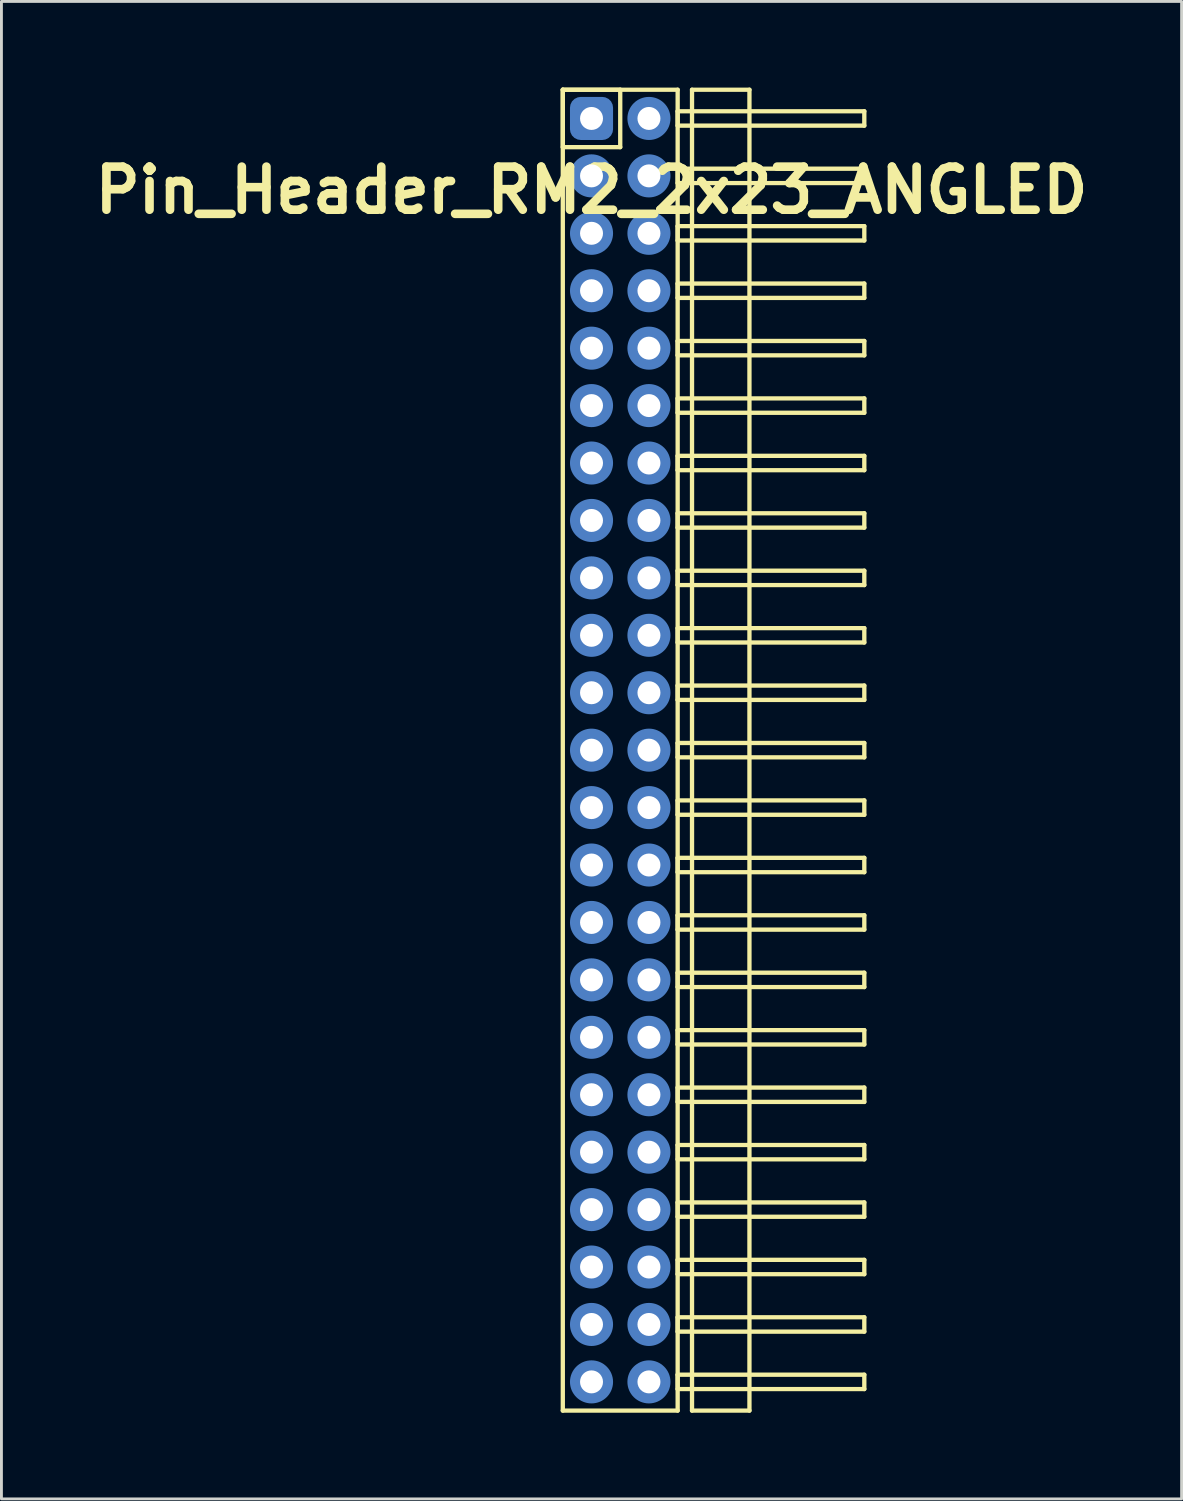
<source format=kicad_pcb>
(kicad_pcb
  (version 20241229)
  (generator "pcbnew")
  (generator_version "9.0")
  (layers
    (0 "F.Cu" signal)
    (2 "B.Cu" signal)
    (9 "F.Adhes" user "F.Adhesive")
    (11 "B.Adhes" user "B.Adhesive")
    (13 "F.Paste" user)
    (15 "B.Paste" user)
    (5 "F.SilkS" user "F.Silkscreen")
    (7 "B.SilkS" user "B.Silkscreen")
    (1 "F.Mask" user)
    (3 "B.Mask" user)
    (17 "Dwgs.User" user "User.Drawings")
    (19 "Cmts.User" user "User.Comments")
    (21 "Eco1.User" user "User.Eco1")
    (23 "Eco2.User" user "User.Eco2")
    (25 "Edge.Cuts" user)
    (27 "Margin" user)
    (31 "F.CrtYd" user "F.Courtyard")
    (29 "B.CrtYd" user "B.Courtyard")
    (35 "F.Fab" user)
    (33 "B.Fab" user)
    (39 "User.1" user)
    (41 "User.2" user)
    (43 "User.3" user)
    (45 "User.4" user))
  (footprint "Pin_Header_RM2_2x23_ANGLED"
    (layer "F.Cu")
    (at 17.55 1.075)
    (property "Reference" "Pin_Header_RM2_2x23_ANGLED" (at 0 2.5 0) (layer "F.SilkS") (effects (font (size 1.5 1.5) (thickness 0.3))))
    (attr through_hole)
    (fp_line (start -1 -1) (end 1 -1) (stroke (width 0.15) (type solid)) (layer "F.SilkS"))
    (fp_line (start -1 -1) (end 3 -1) (stroke (width 0.15) (type solid)) (layer "F.SilkS"))
    (fp_line (start -1 1) (end -1 -1) (stroke (width 0.15) (type solid)) (layer "F.SilkS"))
    (fp_line (start -1 45) (end -1 -1) (stroke (width 0.15) (type solid)) (layer "F.SilkS"))
    (fp_line (start 1 -1) (end 1 1) (stroke (width 0.15) (type solid)) (layer "F.SilkS"))
    (fp_line (start 1 1) (end -1 1) (stroke (width 0.15) (type solid)) (layer "F.SilkS"))
    (fp_line (start 3 -1) (end 3 45) (stroke (width 0.15) (type solid)) (layer "F.SilkS"))
    (fp_line (start 3 -0.25) (end 9.5 -0.25) (stroke (width 0.15) (type solid)) (layer "F.SilkS"))
    (fp_line (start 3 0.25) (end 3 -0.25) (stroke (width 0.15) (type solid)) (layer "F.SilkS"))
    (fp_line (start 3 1.75) (end 9.5 1.75) (stroke (width 0.15) (type solid)) (layer "F.SilkS"))
    (fp_line (start 3 2.25) (end 3 1.75) (stroke (width 0.15) (type solid)) (layer "F.SilkS"))
    (fp_line (start 3 3.75) (end 9.5 3.75) (stroke (width 0.15) (type solid)) (layer "F.SilkS"))
    (fp_line (start 3 4.25) (end 3 3.75) (stroke (width 0.15) (type solid)) (layer "F.SilkS"))
    (fp_line (start 3 5.75) (end 9.5 5.75) (stroke (width 0.15) (type solid)) (layer "F.SilkS"))
    (fp_line (start 3 6.25) (end 3 5.75) (stroke (width 0.15) (type solid)) (layer "F.SilkS"))
    (fp_line (start 3 7.75) (end 9.5 7.75) (stroke (width 0.15) (type solid)) (layer "F.SilkS"))
    (fp_line (start 3 8.25) (end 3 7.75) (stroke (width 0.15) (type solid)) (layer "F.SilkS"))
    (fp_line (start 3 9.75) (end 9.5 9.75) (stroke (width 0.15) (type solid)) (layer "F.SilkS"))
    (fp_line (start 3 10.25) (end 3 9.75) (stroke (width 0.15) (type solid)) (layer "F.SilkS"))
    (fp_line (start 3 11.75) (end 9.5 11.75) (stroke (width 0.15) (type solid)) (layer "F.SilkS"))
    (fp_line (start 3 12.25) (end 3 11.75) (stroke (width 0.15) (type solid)) (layer "F.SilkS"))
    (fp_line (start 3 13.75) (end 9.5 13.75) (stroke (width 0.15) (type solid)) (layer "F.SilkS"))
    (fp_line (start 3 14.25) (end 3 13.75) (stroke (width 0.15) (type solid)) (layer "F.SilkS"))
    (fp_line (start 3 15.75) (end 9.5 15.75) (stroke (width 0.15) (type solid)) (layer "F.SilkS"))
    (fp_line (start 3 16.25) (end 3 15.75) (stroke (width 0.15) (type solid)) (layer "F.SilkS"))
    (fp_line (start 3 17.75) (end 9.5 17.75) (stroke (width 0.15) (type solid)) (layer "F.SilkS"))
    (fp_line (start 3 18.25) (end 3 17.75) (stroke (width 0.15) (type solid)) (layer "F.SilkS"))
    (fp_line (start 3 19.75) (end 9.5 19.75) (stroke (width 0.15) (type solid)) (layer "F.SilkS"))
    (fp_line (start 3 20.25) (end 3 19.75) (stroke (width 0.15) (type solid)) (layer "F.SilkS"))
    (fp_line (start 3 21.75) (end 9.5 21.75) (stroke (width 0.15) (type solid)) (layer "F.SilkS"))
    (fp_line (start 3 22.25) (end 3 21.75) (stroke (width 0.15) (type solid)) (layer "F.SilkS"))
    (fp_line (start 3 23.75) (end 9.5 23.75) (stroke (width 0.15) (type solid)) (layer "F.SilkS"))
    (fp_line (start 3 24.25) (end 3 23.75) (stroke (width 0.15) (type solid)) (layer "F.SilkS"))
    (fp_line (start 3 25.75) (end 9.5 25.75) (stroke (width 0.15) (type solid)) (layer "F.SilkS"))
    (fp_line (start 3 26.25) (end 3 25.75) (stroke (width 0.15) (type solid)) (layer "F.SilkS"))
    (fp_line (start 3 27.75) (end 9.5 27.75) (stroke (width 0.15) (type solid)) (layer "F.SilkS"))
    (fp_line (start 3 28.25) (end 3 27.75) (stroke (width 0.15) (type solid)) (layer "F.SilkS"))
    (fp_line (start 3 29.75) (end 9.5 29.75) (stroke (width 0.15) (type solid)) (layer "F.SilkS"))
    (fp_line (start 3 30.25) (end 3 29.75) (stroke (width 0.15) (type solid)) (layer "F.SilkS"))
    (fp_line (start 3 31.75) (end 9.5 31.75) (stroke (width 0.15) (type solid)) (layer "F.SilkS"))
    (fp_line (start 3 32.25) (end 3 31.75) (stroke (width 0.15) (type solid)) (layer "F.SilkS"))
    (fp_line (start 3 33.75) (end 9.5 33.75) (stroke (width 0.15) (type solid)) (layer "F.SilkS"))
    (fp_line (start 3 34.25) (end 3 33.75) (stroke (width 0.15) (type solid)) (layer "F.SilkS"))
    (fp_line (start 3 35.75) (end 9.5 35.75) (stroke (width 0.15) (type solid)) (layer "F.SilkS"))
    (fp_line (start 3 36.25) (end 3 35.75) (stroke (width 0.15) (type solid)) (layer "F.SilkS"))
    (fp_line (start 3 37.75) (end 9.5 37.75) (stroke (width 0.15) (type solid)) (layer "F.SilkS"))
    (fp_line (start 3 38.25) (end 3 37.75) (stroke (width 0.15) (type solid)) (layer "F.SilkS"))
    (fp_line (start 3 39.75) (end 9.5 39.75) (stroke (width 0.15) (type solid)) (layer "F.SilkS"))
    (fp_line (start 3 40.25) (end 3 39.75) (stroke (width 0.15) (type solid)) (layer "F.SilkS"))
    (fp_line (start 3 41.75) (end 9.5 41.75) (stroke (width 0.15) (type solid)) (layer "F.SilkS"))
    (fp_line (start 3 42.25) (end 3 41.75) (stroke (width 0.15) (type solid)) (layer "F.SilkS"))
    (fp_line (start 3 43.75) (end 9.5 43.75) (stroke (width 0.15) (type solid)) (layer "F.SilkS"))
    (fp_line (start 3 44.25) (end 3 43.75) (stroke (width 0.15) (type solid)) (layer "F.SilkS"))
    (fp_line (start 3 45) (end -1 45) (stroke (width 0.15) (type solid)) (layer "F.SilkS"))
    (fp_line (start 3.5 -1) (end 5.5 -1) (stroke (width 0.15) (type solid)) (layer "F.SilkS"))
    (fp_line (start 3.5 45) (end 3.5 -1) (stroke (width 0.15) (type solid)) (layer "F.SilkS"))
    (fp_line (start 5.5 -1) (end 5.5 45) (stroke (width 0.15) (type solid)) (layer "F.SilkS"))
    (fp_line (start 5.5 45) (end 3.5 45) (stroke (width 0.15) (type solid)) (layer "F.SilkS"))
    (fp_line (start 9.5 -0.25) (end 9.5 0.25) (stroke (width 0.15) (type solid)) (layer "F.SilkS"))
    (fp_line (start 9.5 0.25) (end 3 0.25) (stroke (width 0.15) (type solid)) (layer "F.SilkS"))
    (fp_line (start 9.5 1.75) (end 9.5 2.25) (stroke (width 0.15) (type solid)) (layer "F.SilkS"))
    (fp_line (start 9.5 2.25) (end 3 2.25) (stroke (width 0.15) (type solid)) (layer "F.SilkS"))
    (fp_line (start 9.5 3.75) (end 9.5 4.25) (stroke (width 0.15) (type solid)) (layer "F.SilkS"))
    (fp_line (start 9.5 4.25) (end 3 4.25) (stroke (width 0.15) (type solid)) (layer "F.SilkS"))
    (fp_line (start 9.5 5.75) (end 9.5 6.25) (stroke (width 0.15) (type solid)) (layer "F.SilkS"))
    (fp_line (start 9.5 6.25) (end 3 6.25) (stroke (width 0.15) (type solid)) (layer "F.SilkS"))
    (fp_line (start 9.5 7.75) (end 9.5 8.25) (stroke (width 0.15) (type solid)) (layer "F.SilkS"))
    (fp_line (start 9.5 8.25) (end 3 8.25) (stroke (width 0.15) (type solid)) (layer "F.SilkS"))
    (fp_line (start 9.5 9.75) (end 9.5 10.25) (stroke (width 0.15) (type solid)) (layer "F.SilkS"))
    (fp_line (start 9.5 10.25) (end 3 10.25) (stroke (width 0.15) (type solid)) (layer "F.SilkS"))
    (fp_line (start 9.5 11.75) (end 9.5 12.25) (stroke (width 0.15) (type solid)) (layer "F.SilkS"))
    (fp_line (start 9.5 12.25) (end 3 12.25) (stroke (width 0.15) (type solid)) (layer "F.SilkS"))
    (fp_line (start 9.5 13.75) (end 9.5 14.25) (stroke (width 0.15) (type solid)) (layer "F.SilkS"))
    (fp_line (start 9.5 14.25) (end 3 14.25) (stroke (width 0.15) (type solid)) (layer "F.SilkS"))
    (fp_line (start 9.5 15.75) (end 9.5 16.25) (stroke (width 0.15) (type solid)) (layer "F.SilkS"))
    (fp_line (start 9.5 16.25) (end 3 16.25) (stroke (width 0.15) (type solid)) (layer "F.SilkS"))
    (fp_line (start 9.5 17.75) (end 9.5 18.25) (stroke (width 0.15) (type solid)) (layer "F.SilkS"))
    (fp_line (start 9.5 18.25) (end 3 18.25) (stroke (width 0.15) (type solid)) (layer "F.SilkS"))
    (fp_line (start 9.5 19.75) (end 9.5 20.25) (stroke (width 0.15) (type solid)) (layer "F.SilkS"))
    (fp_line (start 9.5 20.25) (end 3 20.25) (stroke (width 0.15) (type solid)) (layer "F.SilkS"))
    (fp_line (start 9.5 21.75) (end 9.5 22.25) (stroke (width 0.15) (type solid)) (layer "F.SilkS"))
    (fp_line (start 9.5 22.25) (end 3 22.25) (stroke (width 0.15) (type solid)) (layer "F.SilkS"))
    (fp_line (start 9.5 23.75) (end 9.5 24.25) (stroke (width 0.15) (type solid)) (layer "F.SilkS"))
    (fp_line (start 9.5 24.25) (end 3 24.25) (stroke (width 0.15) (type solid)) (layer "F.SilkS"))
    (fp_line (start 9.5 25.75) (end 9.5 26.25) (stroke (width 0.15) (type solid)) (layer "F.SilkS"))
    (fp_line (start 9.5 26.25) (end 3 26.25) (stroke (width 0.15) (type solid)) (layer "F.SilkS"))
    (fp_line (start 9.5 27.75) (end 9.5 28.25) (stroke (width 0.15) (type solid)) (layer "F.SilkS"))
    (fp_line (start 9.5 28.25) (end 3 28.25) (stroke (width 0.15) (type solid)) (layer "F.SilkS"))
    (fp_line (start 9.5 29.75) (end 9.5 30.25) (stroke (width 0.15) (type solid)) (layer "F.SilkS"))
    (fp_line (start 9.5 30.25) (end 3 30.25) (stroke (width 0.15) (type solid)) (layer "F.SilkS"))
    (fp_line (start 9.5 31.75) (end 9.5 32.25) (stroke (width 0.15) (type solid)) (layer "F.SilkS"))
    (fp_line (start 9.5 32.25) (end 3 32.25) (stroke (width 0.15) (type solid)) (layer "F.SilkS"))
    (fp_line (start 9.5 33.75) (end 9.5 34.25) (stroke (width 0.15) (type solid)) (layer "F.SilkS"))
    (fp_line (start 9.5 34.25) (end 3 34.25) (stroke (width 0.15) (type solid)) (layer "F.SilkS"))
    (fp_line (start 9.5 35.75) (end 9.5 36.25) (stroke (width 0.15) (type solid)) (layer "F.SilkS"))
    (fp_line (start 9.5 36.25) (end 3 36.25) (stroke (width 0.15) (type solid)) (layer "F.SilkS"))
    (fp_line (start 9.5 37.75) (end 9.5 38.25) (stroke (width 0.15) (type solid)) (layer "F.SilkS"))
    (fp_line (start 9.5 38.25) (end 3 38.25) (stroke (width 0.15) (type solid)) (layer "F.SilkS"))
    (fp_line (start 9.5 39.75) (end 9.5 40.25) (stroke (width 0.15) (type solid)) (layer "F.SilkS"))
    (fp_line (start 9.5 40.25) (end 3 40.25) (stroke (width 0.15) (type solid)) (layer "F.SilkS"))
    (fp_line (start 9.5 41.75) (end 9.5 42.25) (stroke (width 0.15) (type solid)) (layer "F.SilkS"))
    (fp_line (start 9.5 42.25) (end 3 42.25) (stroke (width 0.15) (type solid)) (layer "F.SilkS"))
    (fp_line (start 9.5 43.75) (end 9.5 44.25) (stroke (width 0.15) (type solid)) (layer "F.SilkS"))
    (fp_line (start 9.5 44.25) (end 3 44.25) (stroke (width 0.15) (type solid)) (layer "F.SilkS"))
    (pad "1" thru_hole circle (at 0 0) (size 1.1 1.1) (drill 0.8) (layers "*.Cu" "*.Mask"))
    (pad "1" smd roundrect (at 0 0) (size 1.25 1.25) (layers "F.Cu" "F.Mask") (roundrect_rratio 0.25))
    (pad "1" smd roundrect (at 0 0) (size 1.5 1.5) (layers "B.Cu" "B.Mask") (roundrect_rratio 0.25))
    (pad "2" thru_hole circle (at 2 0) (size 1.1 1.1) (drill 0.8) (layers "*.Cu" "*.Mask"))
    (pad "2" smd circle (at 2 0) (size 1.25 1.25) (layers "F.Cu" "F.Mask"))
    (pad "2" smd circle (at 2 0) (size 1.5 1.5) (layers "B.Cu" "B.Mask"))
    (pad "3" thru_hole circle (at 0 2) (size 1.1 1.1) (drill 0.8) (layers "*.Cu" "*.Mask"))
    (pad "3" smd circle (at 0 2) (size 1.25 1.25) (layers "F.Cu" "F.Mask"))
    (pad "3" smd circle (at 0 2) (size 1.5 1.5) (layers "B.Cu" "B.Mask"))
    (pad "4" thru_hole circle (at 2 2) (size 1.1 1.1) (drill 0.8) (layers "*.Cu" "*.Mask"))
    (pad "4" smd circle (at 2 2) (size 1.25 1.25) (layers "F.Cu" "F.Mask"))
    (pad "4" smd circle (at 2 2) (size 1.5 1.5) (layers "B.Cu" "B.Mask"))
    (pad "5" thru_hole circle (at 0 4) (size 1.1 1.1) (drill 0.8) (layers "*.Cu" "*.Mask"))
    (pad "5" smd circle (at 0 4) (size 1.25 1.25) (layers "F.Cu" "F.Mask"))
    (pad "5" smd circle (at 0 4) (size 1.5 1.5) (layers "B.Cu" "B.Mask"))
    (pad "6" thru_hole circle (at 2 4) (size 1.1 1.1) (drill 0.8) (layers "*.Cu" "*.Mask"))
    (pad "6" smd circle (at 2 4) (size 1.25 1.25) (layers "F.Cu" "F.Mask"))
    (pad "6" smd circle (at 2 4) (size 1.5 1.5) (layers "B.Cu" "B.Mask"))
    (pad "7" thru_hole circle (at 0 6) (size 1.1 1.1) (drill 0.8) (layers "*.Cu" "*.Mask"))
    (pad "7" smd circle (at 0 6) (size 1.25 1.25) (layers "F.Cu" "F.Mask"))
    (pad "7" smd circle (at 0 6) (size 1.5 1.5) (layers "B.Cu" "B.Mask"))
    (pad "8" thru_hole circle (at 2 6) (size 1.1 1.1) (drill 0.8) (layers "*.Cu" "*.Mask"))
    (pad "8" smd circle (at 2 6) (size 1.25 1.25) (layers "F.Cu" "F.Mask"))
    (pad "8" smd circle (at 2 6) (size 1.5 1.5) (layers "B.Cu" "B.Mask"))
    (pad "9" thru_hole circle (at 0 8) (size 1.1 1.1) (drill 0.8) (layers "*.Cu" "*.Mask"))
    (pad "9" smd circle (at 0 8) (size 1.25 1.25) (layers "F.Cu" "F.Mask"))
    (pad "9" smd circle (at 0 8) (size 1.5 1.5) (layers "B.Cu" "B.Mask"))
    (pad "10" thru_hole circle (at 2 8) (size 1.1 1.1) (drill 0.8) (layers "*.Cu" "*.Mask"))
    (pad "10" smd circle (at 2 8) (size 1.25 1.25) (layers "F.Cu" "F.Mask"))
    (pad "10" smd circle (at 2 8) (size 1.5 1.5) (layers "B.Cu" "B.Mask"))
    (pad "11" thru_hole circle (at 0 10) (size 1.1 1.1) (drill 0.8) (layers "*.Cu" "*.Mask"))
    (pad "11" smd circle (at 0 10) (size 1.25 1.25) (layers "F.Cu" "F.Mask"))
    (pad "11" smd circle (at 0 10) (size 1.5 1.5) (layers "B.Cu" "B.Mask"))
    (pad "12" thru_hole circle (at 2 10) (size 1.1 1.1) (drill 0.8) (layers "*.Cu" "*.Mask"))
    (pad "12" smd circle (at 2 10) (size 1.25 1.25) (layers "F.Cu" "F.Mask"))
    (pad "12" smd circle (at 2 10) (size 1.5 1.5) (layers "B.Cu" "B.Mask"))
    (pad "13" thru_hole circle (at 0 12) (size 1.1 1.1) (drill 0.8) (layers "*.Cu" "*.Mask"))
    (pad "13" smd circle (at 0 12) (size 1.25 1.25) (layers "F.Cu" "F.Mask"))
    (pad "13" smd circle (at 0 12) (size 1.5 1.5) (layers "B.Cu" "B.Mask"))
    (pad "14" thru_hole circle (at 2 12) (size 1.1 1.1) (drill 0.8) (layers "*.Cu" "*.Mask"))
    (pad "14" smd circle (at 2 12) (size 1.25 1.25) (layers "F.Cu" "F.Mask"))
    (pad "14" smd circle (at 2 12) (size 1.5 1.5) (layers "B.Cu" "B.Mask"))
    (pad "15" thru_hole circle (at 0 14) (size 1.1 1.1) (drill 0.8) (layers "*.Cu" "*.Mask"))
    (pad "15" smd circle (at 0 14) (size 1.25 1.25) (layers "F.Cu" "F.Mask"))
    (pad "15" smd circle (at 0 14) (size 1.5 1.5) (layers "B.Cu" "B.Mask"))
    (pad "16" thru_hole circle (at 2 14) (size 1.1 1.1) (drill 0.8) (layers "*.Cu" "*.Mask"))
    (pad "16" smd circle (at 2 14) (size 1.25 1.25) (layers "F.Cu" "F.Mask"))
    (pad "16" smd circle (at 2 14) (size 1.5 1.5) (layers "B.Cu" "B.Mask"))
    (pad "17" thru_hole circle (at 0 16) (size 1.1 1.1) (drill 0.8) (layers "*.Cu" "*.Mask"))
    (pad "17" smd circle (at 0 16) (size 1.25 1.25) (layers "F.Cu" "F.Mask"))
    (pad "17" smd circle (at 0 16) (size 1.5 1.5) (layers "B.Cu" "B.Mask"))
    (pad "18" thru_hole circle (at 2 16) (size 1.1 1.1) (drill 0.8) (layers "*.Cu" "*.Mask"))
    (pad "18" smd circle (at 2 16) (size 1.25 1.25) (layers "F.Cu" "F.Mask"))
    (pad "18" smd circle (at 2 16) (size 1.5 1.5) (layers "B.Cu" "B.Mask"))
    (pad "19" thru_hole circle (at 0 18) (size 1.1 1.1) (drill 0.8) (layers "*.Cu" "*.Mask"))
    (pad "19" smd circle (at 0 18) (size 1.25 1.25) (layers "F.Cu" "F.Mask"))
    (pad "19" smd circle (at 0 18) (size 1.5 1.5) (layers "B.Cu" "B.Mask"))
    (pad "20" thru_hole circle (at 2 18) (size 1.1 1.1) (drill 0.8) (layers "*.Cu" "*.Mask"))
    (pad "20" smd circle (at 2 18) (size 1.25 1.25) (layers "F.Cu" "F.Mask"))
    (pad "20" smd circle (at 2 18) (size 1.5 1.5) (layers "B.Cu" "B.Mask"))
    (pad "21" thru_hole circle (at 0 20) (size 1.1 1.1) (drill 0.8) (layers "*.Cu" "*.Mask"))
    (pad "21" smd circle (at 0 20) (size 1.25 1.25) (layers "F.Cu" "F.Mask"))
    (pad "21" smd circle (at 0 20) (size 1.5 1.5) (layers "B.Cu" "B.Mask"))
    (pad "22" thru_hole circle (at 2 20) (size 1.1 1.1) (drill 0.8) (layers "*.Cu" "*.Mask"))
    (pad "22" smd circle (at 2 20) (size 1.25 1.25) (layers "F.Cu" "F.Mask"))
    (pad "22" smd circle (at 2 20) (size 1.5 1.5) (layers "B.Cu" "B.Mask"))
    (pad "23" thru_hole circle (at 0 22) (size 1.1 1.1) (drill 0.8) (layers "*.Cu" "*.Mask"))
    (pad "23" smd circle (at 0 22) (size 1.25 1.25) (layers "F.Cu" "F.Mask"))
    (pad "23" smd circle (at 0 22) (size 1.5 1.5) (layers "B.Cu" "B.Mask"))
    (pad "24" thru_hole circle (at 2 22) (size 1.1 1.1) (drill 0.8) (layers "*.Cu" "*.Mask"))
    (pad "24" smd circle (at 2 22) (size 1.25 1.25) (layers "F.Cu" "F.Mask"))
    (pad "24" smd circle (at 2 22) (size 1.5 1.5) (layers "B.Cu" "B.Mask"))
    (pad "25" thru_hole circle (at 0 24) (size 1.1 1.1) (drill 0.8) (layers "*.Cu" "*.Mask"))
    (pad "25" smd circle (at 0 24) (size 1.25 1.25) (layers "F.Cu" "F.Mask"))
    (pad "25" smd circle (at 0 24) (size 1.5 1.5) (layers "B.Cu" "B.Mask"))
    (pad "26" thru_hole circle (at 2 24) (size 1.1 1.1) (drill 0.8) (layers "*.Cu" "*.Mask"))
    (pad "26" smd circle (at 2 24) (size 1.25 1.25) (layers "F.Cu" "F.Mask"))
    (pad "26" smd circle (at 2 24) (size 1.5 1.5) (layers "B.Cu" "B.Mask"))
    (pad "27" thru_hole circle (at 0 26) (size 1.1 1.1) (drill 0.8) (layers "*.Cu" "*.Mask"))
    (pad "27" smd circle (at 0 26) (size 1.25 1.25) (layers "F.Cu" "F.Mask"))
    (pad "27" smd circle (at 0 26) (size 1.5 1.5) (layers "B.Cu" "B.Mask"))
    (pad "28" thru_hole circle (at 2 26) (size 1.1 1.1) (drill 0.8) (layers "*.Cu" "*.Mask"))
    (pad "28" smd circle (at 2 26) (size 1.25 1.25) (layers "F.Cu" "F.Mask"))
    (pad "28" smd circle (at 2 26) (size 1.5 1.5) (layers "B.Cu" "B.Mask"))
    (pad "29" thru_hole circle (at 0 28) (size 1.1 1.1) (drill 0.8) (layers "*.Cu" "*.Mask"))
    (pad "29" smd circle (at 0 28) (size 1.25 1.25) (layers "F.Cu" "F.Mask"))
    (pad "29" smd circle (at 0 28) (size 1.5 1.5) (layers "B.Cu" "B.Mask"))
    (pad "30" thru_hole circle (at 2 28) (size 1.1 1.1) (drill 0.8) (layers "*.Cu" "*.Mask"))
    (pad "30" smd circle (at 2 28) (size 1.25 1.25) (layers "F.Cu" "F.Mask"))
    (pad "30" smd circle (at 2 28) (size 1.5 1.5) (layers "B.Cu" "B.Mask"))
    (pad "31" thru_hole circle (at 0 30) (size 1.1 1.1) (drill 0.8) (layers "*.Cu" "*.Mask"))
    (pad "31" smd circle (at 0 30) (size 1.25 1.25) (layers "F.Cu" "F.Mask"))
    (pad "31" smd circle (at 0 30) (size 1.5 1.5) (layers "B.Cu" "B.Mask"))
    (pad "32" thru_hole circle (at 2 30) (size 1.1 1.1) (drill 0.8) (layers "*.Cu" "*.Mask"))
    (pad "32" smd circle (at 2 30) (size 1.25 1.25) (layers "F.Cu" "F.Mask"))
    (pad "32" smd circle (at 2 30) (size 1.5 1.5) (layers "B.Cu" "B.Mask"))
    (pad "33" thru_hole circle (at 0 32) (size 1.1 1.1) (drill 0.8) (layers "*.Cu" "*.Mask"))
    (pad "33" smd circle (at 0 32) (size 1.25 1.25) (layers "F.Cu" "F.Mask"))
    (pad "33" smd circle (at 0 32) (size 1.5 1.5) (layers "B.Cu" "B.Mask"))
    (pad "34" thru_hole circle (at 2 32) (size 1.1 1.1) (drill 0.8) (layers "*.Cu" "*.Mask"))
    (pad "34" smd circle (at 2 32) (size 1.25 1.25) (layers "F.Cu" "F.Mask"))
    (pad "34" smd circle (at 2 32) (size 1.5 1.5) (layers "B.Cu" "B.Mask"))
    (pad "35" thru_hole circle (at 0 34) (size 1.1 1.1) (drill 0.8) (layers "*.Cu" "*.Mask"))
    (pad "35" smd circle (at 0 34) (size 1.25 1.25) (layers "F.Cu" "F.Mask"))
    (pad "35" smd circle (at 0 34) (size 1.5 1.5) (layers "B.Cu" "B.Mask"))
    (pad "36" thru_hole circle (at 2 34) (size 1.1 1.1) (drill 0.8) (layers "*.Cu" "*.Mask"))
    (pad "36" smd circle (at 2 34) (size 1.25 1.25) (layers "F.Cu" "F.Mask"))
    (pad "36" smd circle (at 2 34) (size 1.5 1.5) (layers "B.Cu" "B.Mask"))
    (pad "37" thru_hole circle (at 0 36) (size 1.1 1.1) (drill 0.8) (layers "*.Cu" "*.Mask"))
    (pad "37" smd circle (at 0 36) (size 1.25 1.25) (layers "F.Cu" "F.Mask"))
    (pad "37" smd circle (at 0 36) (size 1.5 1.5) (layers "B.Cu" "B.Mask"))
    (pad "38" thru_hole circle (at 2 36) (size 1.1 1.1) (drill 0.8) (layers "*.Cu" "*.Mask"))
    (pad "38" smd circle (at 2 36) (size 1.25 1.25) (layers "F.Cu" "F.Mask"))
    (pad "38" smd circle (at 2 36) (size 1.5 1.5) (layers "B.Cu" "B.Mask"))
    (pad "39" thru_hole circle (at 0 38) (size 1.1 1.1) (drill 0.8) (layers "*.Cu" "*.Mask"))
    (pad "39" smd circle (at 0 38) (size 1.25 1.25) (layers "F.Cu" "F.Mask"))
    (pad "39" smd circle (at 0 38) (size 1.5 1.5) (layers "B.Cu" "B.Mask"))
    (pad "40" thru_hole circle (at 2 38) (size 1.1 1.1) (drill 0.8) (layers "*.Cu" "*.Mask"))
    (pad "40" smd circle (at 2 38) (size 1.25 1.25) (layers "F.Cu" "F.Mask"))
    (pad "40" smd circle (at 2 38) (size 1.5 1.5) (layers "B.Cu" "B.Mask"))
    (pad "41" thru_hole circle (at 0 40) (size 1.1 1.1) (drill 0.8) (layers "*.Cu" "*.Mask"))
    (pad "41" smd circle (at 0 40) (size 1.25 1.25) (layers "F.Cu" "F.Mask"))
    (pad "41" smd circle (at 0 40) (size 1.5 1.5) (layers "B.Cu" "B.Mask"))
    (pad "42" thru_hole circle (at 2 40) (size 1.1 1.1) (drill 0.8) (layers "*.Cu" "*.Mask"))
    (pad "42" smd circle (at 2 40) (size 1.25 1.25) (layers "F.Cu" "F.Mask"))
    (pad "42" smd circle (at 2 40) (size 1.5 1.5) (layers "B.Cu" "B.Mask"))
    (pad "43" thru_hole circle (at 0 42) (size 1.1 1.1) (drill 0.8) (layers "*.Cu" "*.Mask"))
    (pad "43" smd circle (at 0 42) (size 1.25 1.25) (layers "F.Cu" "F.Mask"))
    (pad "43" smd circle (at 0 42) (size 1.5 1.5) (layers "B.Cu" "B.Mask"))
    (pad "44" thru_hole circle (at 2 42) (size 1.1 1.1) (drill 0.8) (layers "*.Cu" "*.Mask"))
    (pad "44" smd circle (at 2 42) (size 1.25 1.25) (layers "F.Cu" "F.Mask"))
    (pad "44" smd circle (at 2 42) (size 1.5 1.5) (layers "B.Cu" "B.Mask"))
    (pad "45" thru_hole circle (at 0 44) (size 1.1 1.1) (drill 0.8) (layers "*.Cu" "*.Mask"))
    (pad "45" smd circle (at 0 44) (size 1.25 1.25) (layers "F.Cu" "F.Mask"))
    (pad "45" smd circle (at 0 44) (size 1.5 1.5) (layers "B.Cu" "B.Mask"))
    (pad "46" thru_hole circle (at 2 44) (size 1.1 1.1) (drill 0.8) (layers "*.Cu" "*.Mask"))
    (pad "46" smd circle (at 2 44) (size 1.25 1.25) (layers "F.Cu" "F.Mask"))
    (pad "46" smd circle (at 2 44) (size 1.5 1.5) (layers "B.Cu" "B.Mask")))
  (gr_rect
    (start -3 -3)
    (end 38.1 49.15)
    (stroke (width 0.1) (type default))
    (fill no)
    (layer "Edge.Cuts")))
</source>
